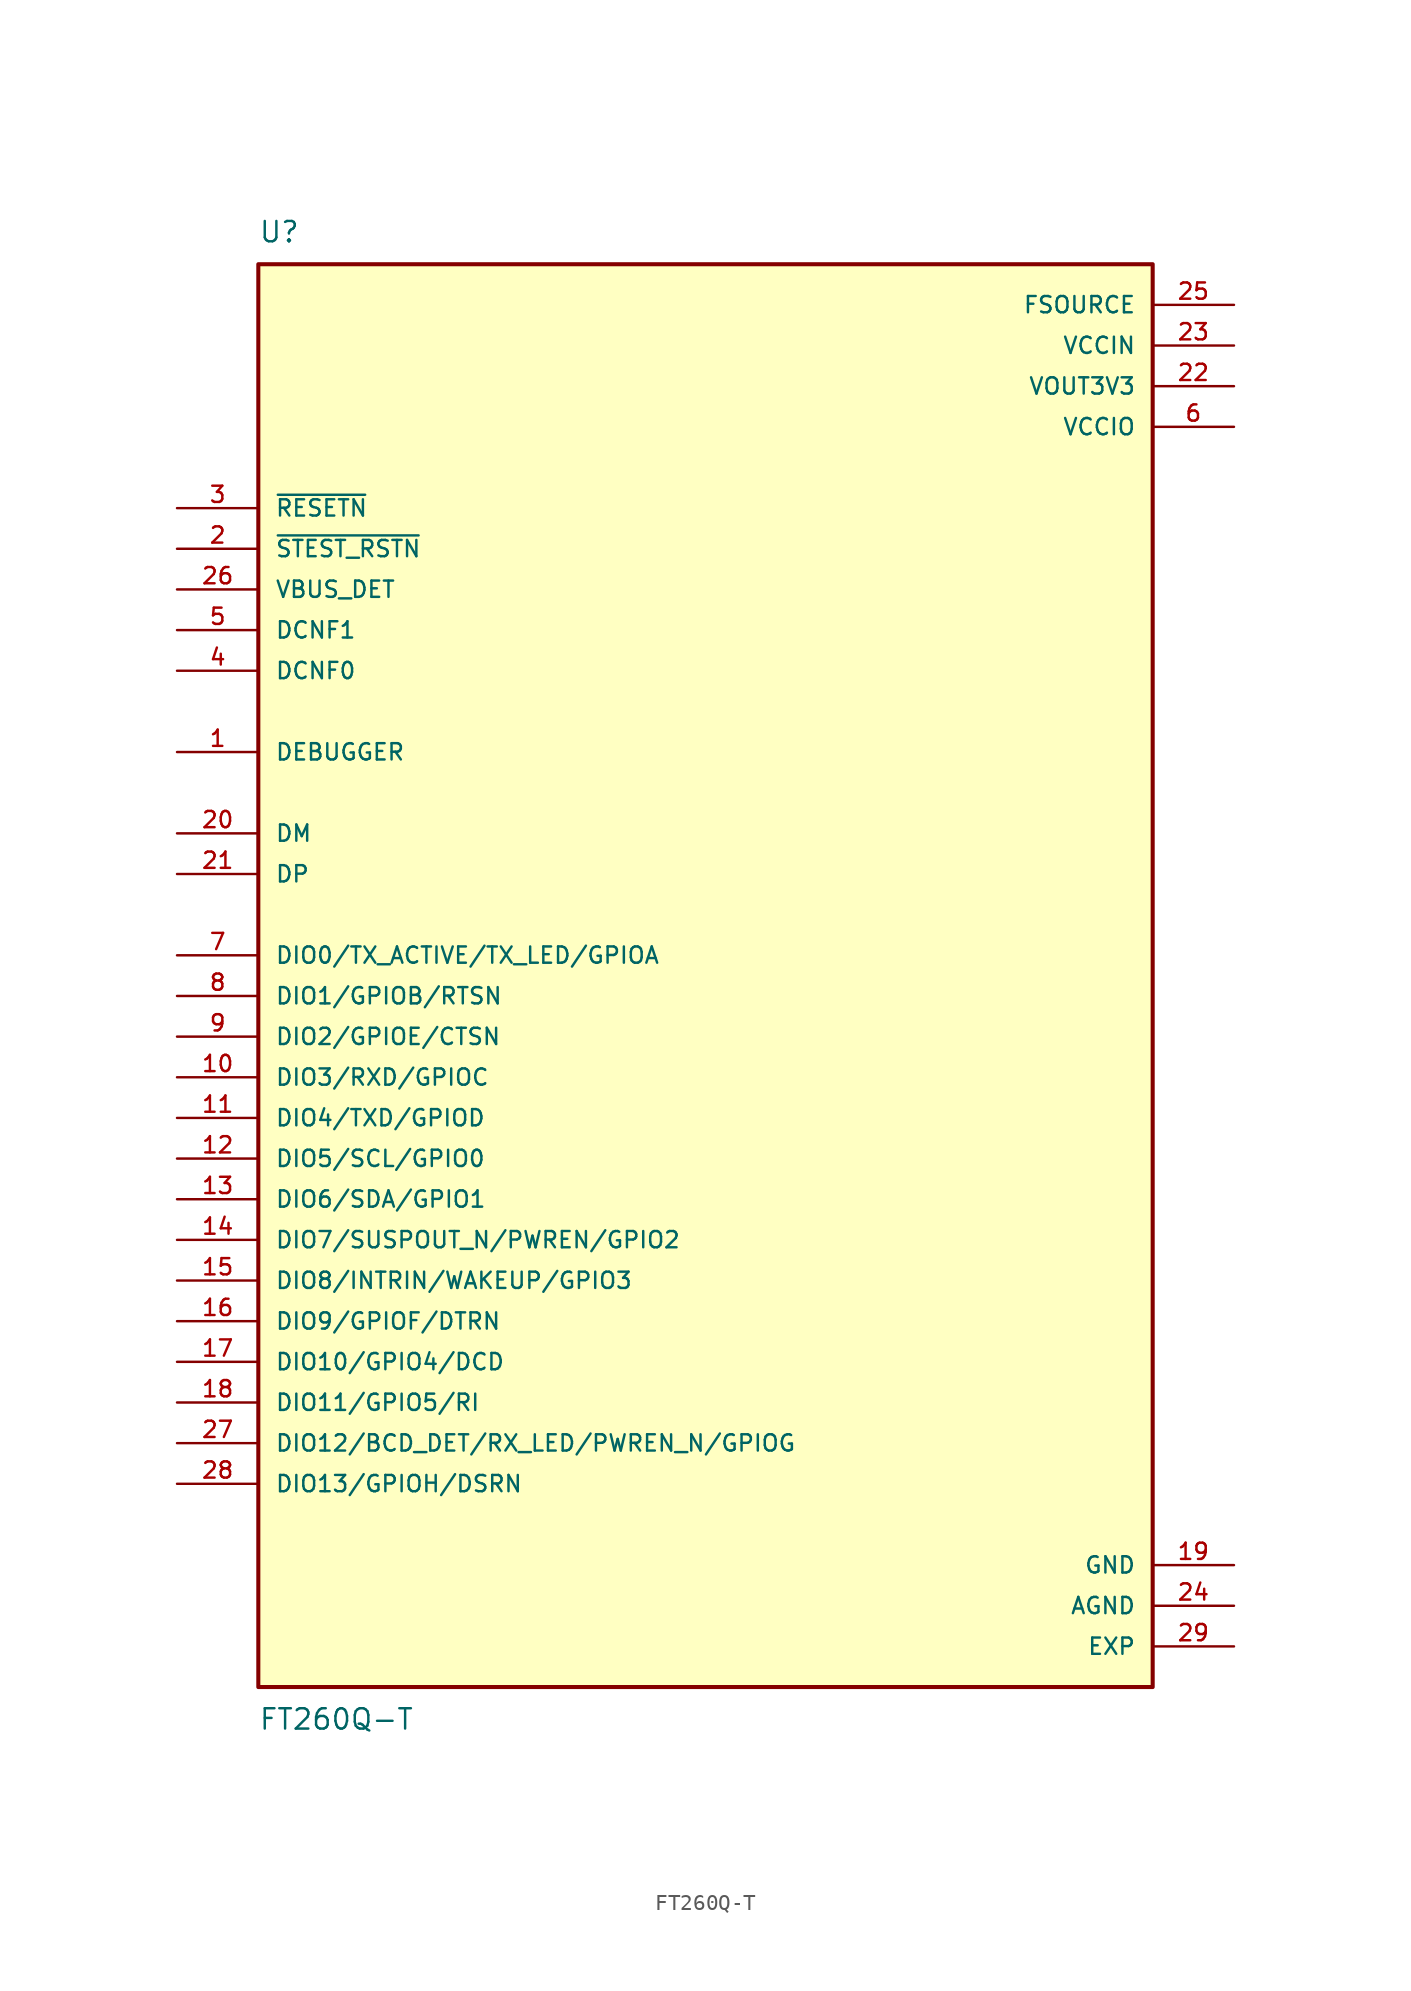
<source format=kicad_sym>
(kicad_symbol_lib
  (version 20220914)
  (generator kicad_symbol_editor)
  (symbol "FT260Q-T"
    (pin_names
      (offset 1.016))
    (property "Reference" "U"
      (at -27.94 44.45 0)
      (effects (font (size 1.27 1.27)) (justify left bottom)))
    (property "Value" "FT260Q-T"
      (at -27.94 -46.99 0)
      (effects (font (size 1.27 1.27)) (justify left top)))
    (symbol "FT260Q-T_0_0"
      (rectangle (start -27.94 -45.72) (end 27.94 43.18) (stroke (width 0.254) (type default)) (fill (type background)))
      (pin bidirectional line (at -33.02 12.7 0) (length 5.08) (name "DEBUGGER" (effects (font (size 1.016 1.016)))) (number "1" (effects (font (size 1.016 1.016)))))
      (pin bidirectional line (at -33.02 -7.62 0) (length 5.08) (name "DIO3/RXD/GPIOC" (effects (font (size 1.016 1.016)))) (number "10" (effects (font (size 1.016 1.016)))))
      (pin bidirectional line (at -33.02 -10.16 0) (length 5.08) (name "DIO4/TXD/GPIOD" (effects (font (size 1.016 1.016)))) (number "11" (effects (font (size 1.016 1.016)))))
      (pin bidirectional line (at -33.02 -12.7 0) (length 5.08) (name "DIO5/SCL/GPIO0" (effects (font (size 1.016 1.016)))) (number "12" (effects (font (size 1.016 1.016)))))
      (pin bidirectional line (at -33.02 -15.24 0) (length 5.08) (name "DIO6/SDA/GPIO1" (effects (font (size 1.016 1.016)))) (number "13" (effects (font (size 1.016 1.016)))))
      (pin bidirectional line (at -33.02 -17.78 0) (length 5.08) (name "DIO7/SUSPOUT_N/PWREN/GPIO2" (effects (font (size 1.016 1.016)))) (number "14" (effects (font (size 1.016 1.016)))))
      (pin bidirectional line (at -33.02 -20.32 0) (length 5.08) (name "DIO8/INTRIN/WAKEUP/GPIO3" (effects (font (size 1.016 1.016)))) (number "15" (effects (font (size 1.016 1.016)))))
      (pin bidirectional line (at -33.02 -22.86 0) (length 5.08) (name "DIO9/GPIOF/DTRN" (effects (font (size 1.016 1.016)))) (number "16" (effects (font (size 1.016 1.016)))))
      (pin bidirectional line (at -33.02 -25.4 0) (length 5.08) (name "DIO10/GPIO4/DCD" (effects (font (size 1.016 1.016)))) (number "17" (effects (font (size 1.016 1.016)))))
      (pin bidirectional line (at -33.02 -27.94 0) (length 5.08) (name "DIO11/GPIO5/RI" (effects (font (size 1.016 1.016)))) (number "18" (effects (font (size 1.016 1.016)))))
      (pin power_in line (at 33.02 -38.1 180) (length 5.08) (name "GND" (effects (font (size 1.016 1.016)))) (number "19" (effects (font (size 1.016 1.016)))))
      (pin input line (at -33.02 25.4 0) (length 5.08) (name "~{STEST_RSTN}" (effects (font (size 1.016 1.016)))) (number "2" (effects (font (size 1.016 1.016)))))
      (pin bidirectional line (at -33.02 7.62 0) (length 5.08) (name "DM" (effects (font (size 1.016 1.016)))) (number "20" (effects (font (size 1.016 1.016)))))
      (pin bidirectional line (at -33.02 5.08 0) (length 5.08) (name "DP" (effects (font (size 1.016 1.016)))) (number "21" (effects (font (size 1.016 1.016)))))
      (pin power_in line (at 33.02 38.1 180) (length 5.08) (name "VCCIN" (effects (font (size 1.016 1.016)))) (number "23" (effects (font (size 1.016 1.016)))))
      (pin power_in line (at 33.02 -40.64 180) (length 5.08) (name "AGND" (effects (font (size 1.016 1.016)))) (number "24" (effects (font (size 1.016 1.016)))))
      (pin power_in line (at 33.02 40.64 180) (length 5.08) (name "FSOURCE" (effects (font (size 1.016 1.016)))) (number "25" (effects (font (size 1.016 1.016)))))
      (pin input line (at -33.02 22.86 0) (length 5.08) (name "VBUS_DET" (effects (font (size 1.016 1.016)))) (number "26" (effects (font (size 1.016 1.016)))))
      (pin bidirectional line (at -33.02 -30.48 0) (length 5.08) (name "DIO12/BCD_DET/RX_LED/PWREN_N/GPIOG" (effects (font (size 1.016 1.016)))) (number "27" (effects (font (size 1.016 1.016)))))
      (pin bidirectional line (at -33.02 -33.02 0) (length 5.08) (name "DIO13/GPIOH/DSRN" (effects (font (size 1.016 1.016)))) (number "28" (effects (font (size 1.016 1.016)))))
      (pin power_in line (at 33.02 -43.18 180) (length 5.08) (name "EXP" (effects (font (size 1.016 1.016)))) (number "29" (effects (font (size 1.016 1.016)))))
      (pin input line (at -33.02 27.94 0) (length 5.08) (name "~{RESETN}" (effects (font (size 1.016 1.016)))) (number "3" (effects (font (size 1.016 1.016)))))
      (pin input line (at -33.02 17.78 0) (length 5.08) (name "DCNF0" (effects (font (size 1.016 1.016)))) (number "4" (effects (font (size 1.016 1.016)))))
      (pin input line (at -33.02 20.32 0) (length 5.08) (name "DCNF1" (effects (font (size 1.016 1.016)))) (number "5" (effects (font (size 1.016 1.016)))))
      (pin power_in line (at 33.02 33.02 180) (length 5.08) (name "VCCIO" (effects (font (size 1.016 1.016)))) (number "6" (effects (font (size 1.016 1.016)))))
      (pin bidirectional line (at -33.02 0 0) (length 5.08) (name "DIO0/TX_ACTIVE/TX_LED/GPIOA" (effects (font (size 1.016 1.016)))) (number "7" (effects (font (size 1.016 1.016)))))
      (pin bidirectional line (at -33.02 -2.54 0) (length 5.08) (name "DIO1/GPIOB/RTSN" (effects (font (size 1.016 1.016)))) (number "8" (effects (font (size 1.016 1.016)))))
      (pin bidirectional line (at -33.02 -5.08 0) (length 5.08) (name "DIO2/GPIOE/CTSN" (effects (font (size 1.016 1.016)))) (number "9" (effects (font (size 1.016 1.016))))))
    (symbol "FT260Q-T_1_0"
      (pin power_out line (at 33.02 35.56 180) (length 5.08) (name "VOUT3V3" (effects (font (size 1.016 1.016)))) (number "22" (effects (font (size 1.016 1.016))))))))
</source>
